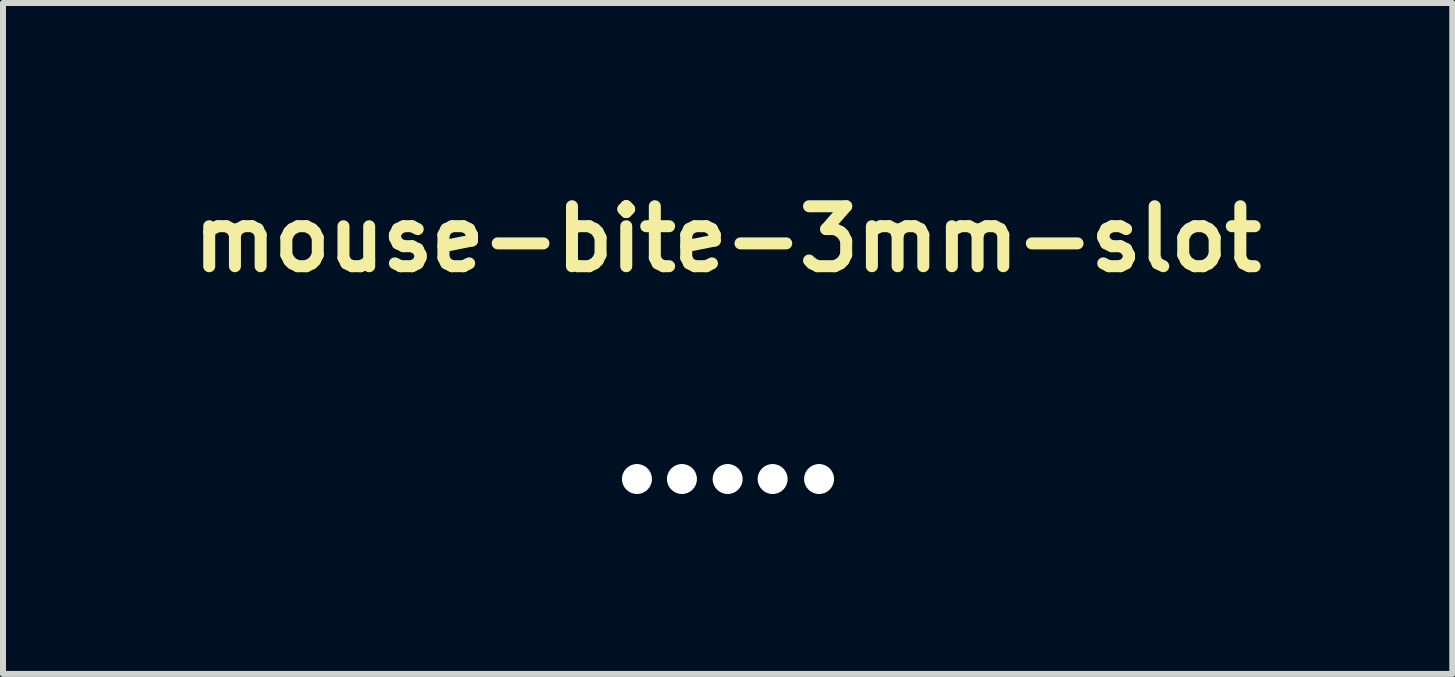
<source format=kicad_pcb>
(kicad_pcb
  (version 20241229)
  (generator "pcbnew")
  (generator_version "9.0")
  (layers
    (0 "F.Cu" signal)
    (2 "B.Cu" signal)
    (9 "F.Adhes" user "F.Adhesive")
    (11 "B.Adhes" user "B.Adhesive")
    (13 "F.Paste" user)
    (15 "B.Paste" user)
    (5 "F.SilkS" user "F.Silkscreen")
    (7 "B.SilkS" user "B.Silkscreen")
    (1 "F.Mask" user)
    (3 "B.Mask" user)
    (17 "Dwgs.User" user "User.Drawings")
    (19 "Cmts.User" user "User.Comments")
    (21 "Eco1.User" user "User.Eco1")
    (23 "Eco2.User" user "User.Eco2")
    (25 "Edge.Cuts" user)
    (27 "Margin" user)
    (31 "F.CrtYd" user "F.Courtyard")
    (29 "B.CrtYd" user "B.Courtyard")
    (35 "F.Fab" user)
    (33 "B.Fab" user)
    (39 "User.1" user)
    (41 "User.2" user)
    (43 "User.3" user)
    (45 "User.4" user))
  (footprint "mouse-bite-3mm-slot"
    (layer "F.Cu")
    (at 9.081 3.436)
    (property "Reference" "mouse-bite-3mm-slot" (at 0 -2.5 0) (layer "F.SilkS") (effects (font (size 1 1) (thickness 0.2))))
    (attr through_hole)
    (pad "" np_thru_hole circle (at -1.512 1.5) (size 0.5 0.5) (drill 0.5) (layers "*.Cu" "*.Mask"))
    (pad "" np_thru_hole circle (at -0.762 1.5) (size 0.5 0.5) (drill 0.5) (layers "*.Cu" "*.Mask"))
    (pad "" np_thru_hole circle (at 0 1.5) (size 0.5 0.5) (drill 0.5) (layers "*.Cu" "*.Mask"))
    (pad "" np_thru_hole circle (at 0.75 1.5) (size 0.5 0.5) (drill 0.5) (layers "*.Cu" "*.Mask"))
    (pad "" np_thru_hole circle (at 1.524 1.5) (size 0.5 0.5) (drill 0.5) (layers "*.Cu" "*.Mask")))
  (gr_rect
    (start -3 -3)
    (end 21.162 8.186)
    (stroke (width 0.1) (type default))
    (fill no)
    (layer "Edge.Cuts")))
</source>
